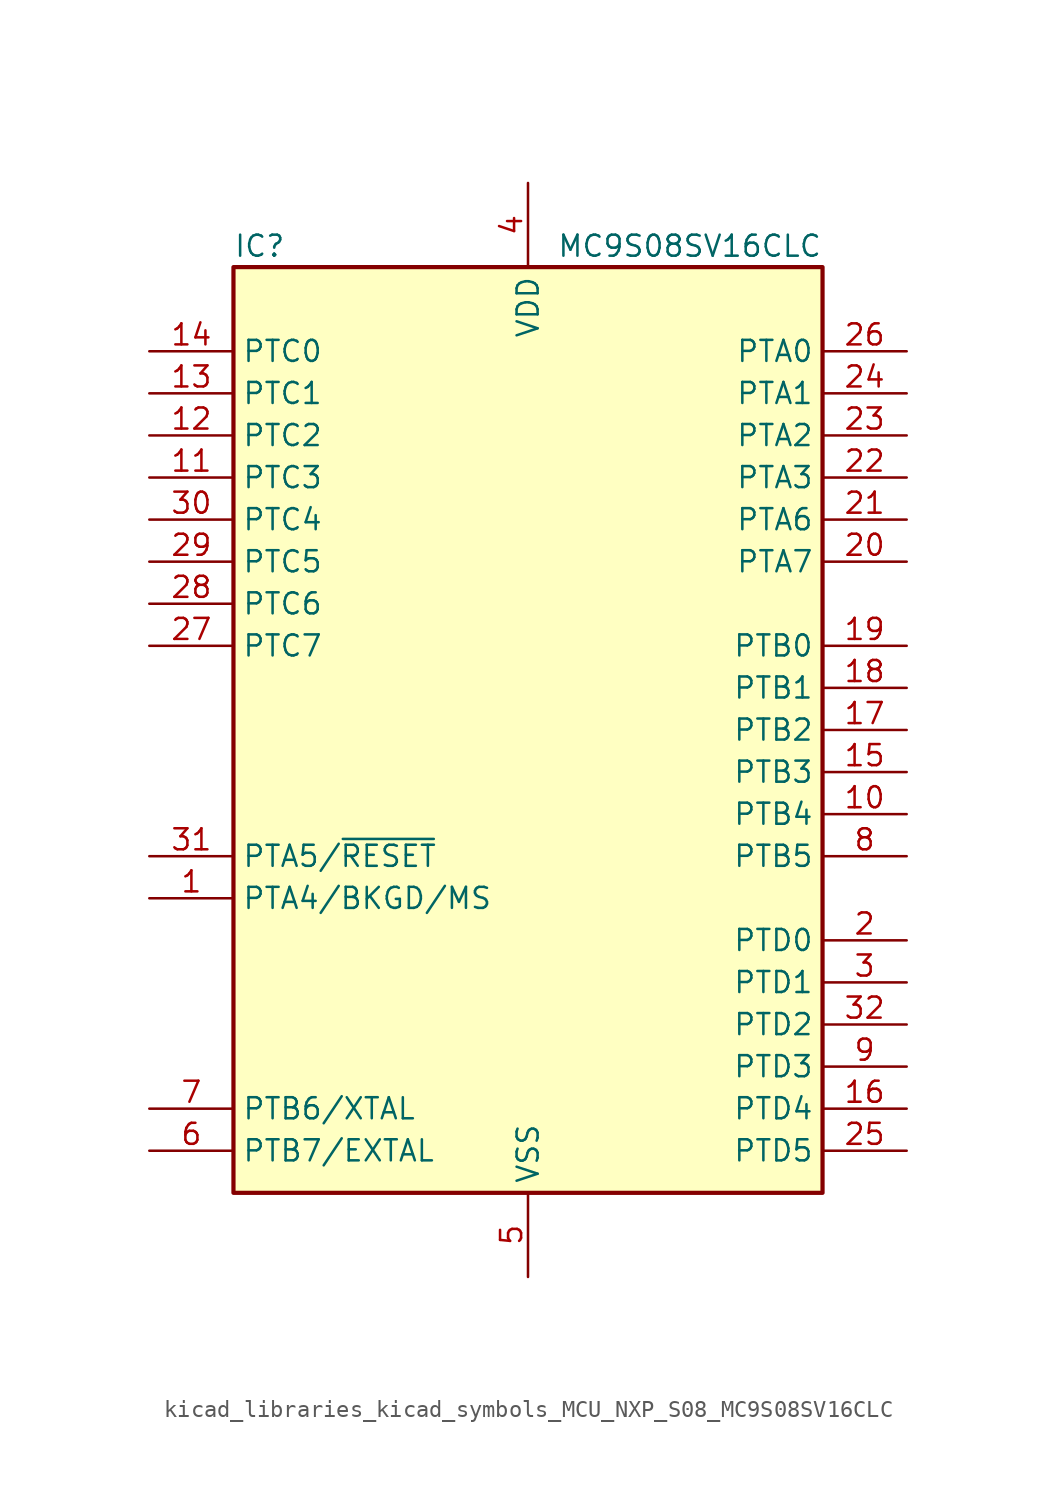
<source format=kicad_sym>
(kicad_symbol_lib
  (version 20220914)
  (generator kicad_symbol_editor)
  (symbol "kicad_libraries_kicad_symbols_MCU_NXP_S08_MC9S08SV16CLC"
    (property "Reference" "IC"
      (at -17.78 29.21 0)
      (effects (font (size 1.27 1.27)) (justify left)))
    (property "Value" "MC9S08SV16CLC"
      (at 17.78 29.21 0)
      (effects (font (size 1.27 1.27)) (justify right)))
    (symbol "kicad_libraries_kicad_symbols_MCU_NXP_S08_MC9S08SV16CLC_0_1"
      (rectangle (start -17.78 27.94) (end 17.78 -27.94) (stroke (width 0.254) (type default)) (fill (type background))))
    (symbol "kicad_libraries_kicad_symbols_MCU_NXP_S08_MC9S08SV16CLC_1_1"
      (pin bidirectional line (at -22.86 -10.16 0) (length 5.08) (name "PTA4/BKGD/MS" (effects (font (size 1.27 1.27)))) (number "1" (effects (font (size 1.27 1.27)))))
      (pin bidirectional line (at 22.86 -5.08 180) (length 5.08) (name "PTB4" (effects (font (size 1.27 1.27)))) (number "10" (effects (font (size 1.27 1.27)))))
      (pin bidirectional line (at -22.86 15.24 0) (length 5.08) (name "PTC3" (effects (font (size 1.27 1.27)))) (number "11" (effects (font (size 1.27 1.27)))))
      (pin bidirectional line (at -22.86 17.78 0) (length 5.08) (name "PTC2" (effects (font (size 1.27 1.27)))) (number "12" (effects (font (size 1.27 1.27)))))
      (pin bidirectional line (at -22.86 20.32 0) (length 5.08) (name "PTC1" (effects (font (size 1.27 1.27)))) (number "13" (effects (font (size 1.27 1.27)))))
      (pin bidirectional line (at -22.86 22.86 0) (length 5.08) (name "PTC0" (effects (font (size 1.27 1.27)))) (number "14" (effects (font (size 1.27 1.27)))))
      (pin bidirectional line (at 22.86 -2.54 180) (length 5.08) (name "PTB3" (effects (font (size 1.27 1.27)))) (number "15" (effects (font (size 1.27 1.27)))))
      (pin bidirectional line (at 22.86 -22.86 180) (length 5.08) (name "PTD4" (effects (font (size 1.27 1.27)))) (number "16" (effects (font (size 1.27 1.27)))))
      (pin bidirectional line (at 22.86 0 180) (length 5.08) (name "PTB2" (effects (font (size 1.27 1.27)))) (number "17" (effects (font (size 1.27 1.27)))))
      (pin bidirectional line (at 22.86 2.54 180) (length 5.08) (name "PTB1" (effects (font (size 1.27 1.27)))) (number "18" (effects (font (size 1.27 1.27)))))
      (pin bidirectional line (at 22.86 5.08 180) (length 5.08) (name "PTB0" (effects (font (size 1.27 1.27)))) (number "19" (effects (font (size 1.27 1.27)))))
      (pin bidirectional line (at 22.86 -12.7 180) (length 5.08) (name "PTD0" (effects (font (size 1.27 1.27)))) (number "2" (effects (font (size 1.27 1.27)))))
      (pin bidirectional line (at 22.86 10.16 180) (length 5.08) (name "PTA7" (effects (font (size 1.27 1.27)))) (number "20" (effects (font (size 1.27 1.27)))))
      (pin bidirectional line (at 22.86 12.7 180) (length 5.08) (name "PTA6" (effects (font (size 1.27 1.27)))) (number "21" (effects (font (size 1.27 1.27)))))
      (pin bidirectional line (at 22.86 15.24 180) (length 5.08) (name "PTA3" (effects (font (size 1.27 1.27)))) (number "22" (effects (font (size 1.27 1.27)))))
      (pin bidirectional line (at 22.86 17.78 180) (length 5.08) (name "PTA2" (effects (font (size 1.27 1.27)))) (number "23" (effects (font (size 1.27 1.27)))))
      (pin bidirectional line (at 22.86 20.32 180) (length 5.08) (name "PTA1" (effects (font (size 1.27 1.27)))) (number "24" (effects (font (size 1.27 1.27)))))
      (pin bidirectional line (at 22.86 -25.4 180) (length 5.08) (name "PTD5" (effects (font (size 1.27 1.27)))) (number "25" (effects (font (size 1.27 1.27)))))
      (pin bidirectional line (at 22.86 22.86 180) (length 5.08) (name "PTA0" (effects (font (size 1.27 1.27)))) (number "26" (effects (font (size 1.27 1.27)))))
      (pin bidirectional line (at -22.86 5.08 0) (length 5.08) (name "PTC7" (effects (font (size 1.27 1.27)))) (number "27" (effects (font (size 1.27 1.27)))))
      (pin bidirectional line (at -22.86 7.62 0) (length 5.08) (name "PTC6" (effects (font (size 1.27 1.27)))) (number "28" (effects (font (size 1.27 1.27)))))
      (pin bidirectional line (at -22.86 10.16 0) (length 5.08) (name "PTC5" (effects (font (size 1.27 1.27)))) (number "29" (effects (font (size 1.27 1.27)))))
      (pin bidirectional line (at 22.86 -15.24 180) (length 5.08) (name "PTD1" (effects (font (size 1.27 1.27)))) (number "3" (effects (font (size 1.27 1.27)))))
      (pin bidirectional line (at -22.86 12.7 0) (length 5.08) (name "PTC4" (effects (font (size 1.27 1.27)))) (number "30" (effects (font (size 1.27 1.27)))))
      (pin bidirectional line (at -22.86 -7.62 0) (length 5.08) (name "PTA5/~{RESET}" (effects (font (size 1.27 1.27)))) (number "31" (effects (font (size 1.27 1.27)))))
      (pin bidirectional line (at 22.86 -17.78 180) (length 5.08) (name "PTD2" (effects (font (size 1.27 1.27)))) (number "32" (effects (font (size 1.27 1.27)))))
      (pin power_in line (at 0 33.02 270) (length 5.08) (name "VDD" (effects (font (size 1.27 1.27)))) (number "4" (effects (font (size 1.27 1.27)))))
      (pin power_in line (at 0 -33.02 90) (length 5.08) (name "VSS" (effects (font (size 1.27 1.27)))) (number "5" (effects (font (size 1.27 1.27)))))
      (pin bidirectional line (at -22.86 -25.4 0) (length 5.08) (name "PTB7/EXTAL" (effects (font (size 1.27 1.27)))) (number "6" (effects (font (size 1.27 1.27)))))
      (pin bidirectional line (at -22.86 -22.86 0) (length 5.08) (name "PTB6/XTAL" (effects (font (size 1.27 1.27)))) (number "7" (effects (font (size 1.27 1.27)))))
      (pin bidirectional line (at 22.86 -7.62 180) (length 5.08) (name "PTB5" (effects (font (size 1.27 1.27)))) (number "8" (effects (font (size 1.27 1.27)))))
      (pin bidirectional line (at 22.86 -20.32 180) (length 5.08) (name "PTD3" (effects (font (size 1.27 1.27)))) (number "9" (effects (font (size 1.27 1.27))))))))
</source>
